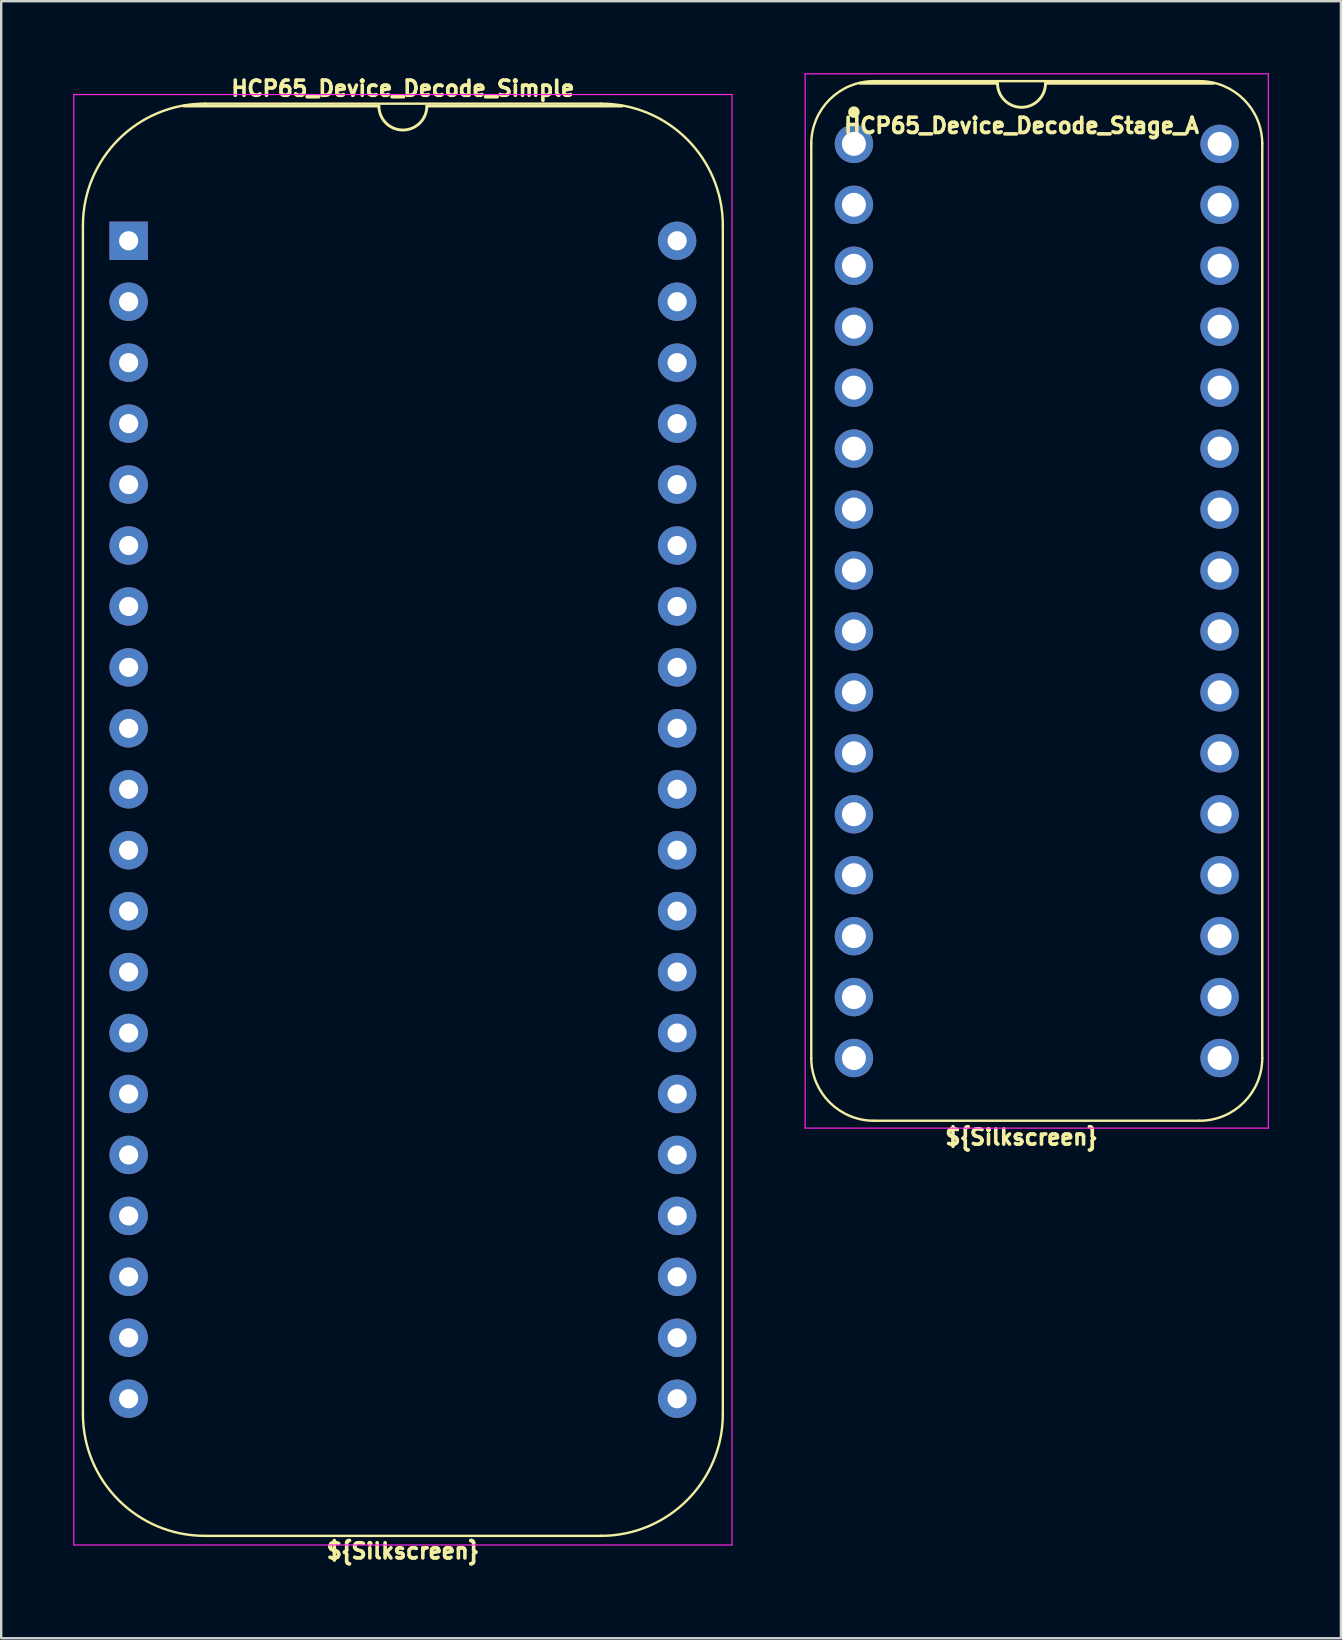
<source format=kicad_pcb>
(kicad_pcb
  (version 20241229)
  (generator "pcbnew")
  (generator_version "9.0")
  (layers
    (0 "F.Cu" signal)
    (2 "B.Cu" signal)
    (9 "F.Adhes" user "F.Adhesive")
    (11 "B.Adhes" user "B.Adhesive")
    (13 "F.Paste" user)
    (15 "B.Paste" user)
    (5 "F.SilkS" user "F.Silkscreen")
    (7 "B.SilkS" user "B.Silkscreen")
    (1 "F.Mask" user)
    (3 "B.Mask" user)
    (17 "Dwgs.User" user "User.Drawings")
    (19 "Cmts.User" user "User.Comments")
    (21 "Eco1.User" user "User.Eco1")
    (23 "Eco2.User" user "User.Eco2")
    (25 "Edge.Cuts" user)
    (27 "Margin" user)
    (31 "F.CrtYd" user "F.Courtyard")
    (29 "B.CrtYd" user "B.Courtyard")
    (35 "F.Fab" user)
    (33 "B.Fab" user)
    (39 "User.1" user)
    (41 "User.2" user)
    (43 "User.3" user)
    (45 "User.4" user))
  (footprint "HCP65_Device_Decode_Stage_A"
    (layer "F.Cu")
    (at 32.539 2.946)
    (property "Reference" "HCP65_Device_Decode_Stage_A" (at 6.985 -0.762 0) (layer "F.SilkS") (effects (font (size 0.635 0.635) (thickness 0.15))))
    (attr through_hole)
    (fp_line (start -1.778 38.1) (end -1.778 0) (stroke (width 0.1) (type solid)) (layer "F.SilkS"))
    (fp_line (start 0.836 -2.614) (end 14.404 -2.614) (stroke (width 0.1) (type solid)) (layer "F.SilkS"))
    (fp_line (start 5.985 -2.524) (end 0.254 -2.524) (stroke (width 0.12) (type solid)) (layer "F.SilkS"))
    (fp_line (start 14.404 40.714) (end 0.836 40.714) (stroke (width 0.1) (type solid)) (layer "F.SilkS"))
    (fp_line (start 14.986 -2.524) (end 7.985 -2.524) (stroke (width 0.12) (type solid)) (layer "F.SilkS"))
    (fp_line (start 17.018 38.1) (end 17.018 0) (stroke (width 0.1) (type solid)) (layer "F.SilkS"))
    (fp_arc (start -1.778 0) (mid -1.012456 -1.848188) (end 0.835732 -2.613732) (stroke (width 0.1) (type solid)) (layer "F.SilkS"))
    (fp_arc (start 0.835733 40.713733) (mid -1.012457 39.94819) (end -1.778 38.1) (stroke (width 0.1) (type solid)) (layer "F.SilkS"))
    (fp_arc (start 7.985 -2.524) (mid 6.985 -1.524) (end 5.985 -2.524) (stroke (width 0.12) (type solid)) (layer "F.SilkS"))
    (fp_arc (start 14.404268 -2.613732) (mid 16.252457 -1.848189) (end 17.018 0) (stroke (width 0.1) (type solid)) (layer "F.SilkS"))
    (fp_arc (start 17.018001 38.100001) (mid 16.252456 39.948188) (end 14.404269 40.713733) (stroke (width 0.1) (type solid)) (layer "F.SilkS"))
    (fp_circle (center 0 -1.323) (end 0.18 -1.323) (stroke (width 0.12) (type solid)) (fill yes) (layer "F.SilkS"))
    (fp_line (start -2.032 -2.921) (end -2.032 41.021) (stroke (width 0.05) (type solid)) (layer "F.CrtYd"))
    (fp_line (start -2.032 -2.921) (end 17.272 -2.921) (stroke (width 0.05) (type solid)) (layer "F.CrtYd"))
    (fp_line (start -2.032 41.021) (end 17.272 41.021) (stroke (width 0.05) (type solid)) (layer "F.CrtYd"))
    (fp_line (start 17.272 -2.921) (end 17.272 41.021) (stroke (width 0.05) (type solid)) (layer "F.CrtYd"))
    (fp_text user "${Silkscreen}" (at 6.985 41.402 0) (layer "F.SilkS") (effects (font (size 0.635 0.635) (thickness 0.15))))
    (pad "1" thru_hole circle (at 0 0) (size 1.6 1.6) (drill 1) (layers "*.Cu" "*.Mask"))
    (pad "2" thru_hole circle (at 0 2.54) (size 1.6 1.6) (drill 1) (layers "*.Cu" "*.Mask"))
    (pad "3" thru_hole circle (at 0 5.08) (size 1.6 1.6) (drill 1) (layers "*.Cu" "*.Mask"))
    (pad "4" thru_hole circle (at 0 7.62) (size 1.6 1.6) (drill 1) (layers "*.Cu" "*.Mask"))
    (pad "5" thru_hole circle (at 0 10.16) (size 1.6 1.6) (drill 1) (layers "*.Cu" "*.Mask"))
    (pad "6" thru_hole circle (at 0 12.7) (size 1.6 1.6) (drill 1) (layers "*.Cu" "*.Mask"))
    (pad "7" thru_hole circle (at 0 15.24) (size 1.6 1.6) (drill 1) (layers "*.Cu" "*.Mask"))
    (pad "8" thru_hole circle (at 0 17.78) (size 1.6 1.6) (drill 1) (layers "*.Cu" "*.Mask"))
    (pad "9" thru_hole circle (at 0 20.32) (size 1.6 1.6) (drill 1) (layers "*.Cu" "*.Mask"))
    (pad "10" thru_hole circle (at 0 22.86) (size 1.6 1.6) (drill 1) (layers "*.Cu" "*.Mask"))
    (pad "11" thru_hole circle (at 0 25.4) (size 1.6 1.6) (drill 1) (layers "*.Cu" "*.Mask"))
    (pad "12" thru_hole circle (at 0 27.94) (size 1.6 1.6) (drill 1) (layers "*.Cu" "*.Mask"))
    (pad "13" thru_hole circle (at 0 30.48) (size 1.6 1.6) (drill 1) (layers "*.Cu" "*.Mask"))
    (pad "14" thru_hole circle (at 0 33.02) (size 1.6 1.6) (drill 1) (layers "*.Cu" "*.Mask"))
    (pad "15" thru_hole circle (at 0 35.56) (size 1.6 1.6) (drill 1) (layers "*.Cu" "*.Mask"))
    (pad "16" thru_hole circle (at 0 38.1) (size 1.6 1.6) (drill 1) (layers "*.Cu" "*.Mask"))
    (pad "17" thru_hole circle (at 15.24 38.1) (size 1.6 1.6) (drill 1) (layers "*.Cu" "*.Mask"))
    (pad "18" thru_hole circle (at 15.24 35.56) (size 1.6 1.6) (drill 1) (layers "*.Cu" "*.Mask"))
    (pad "19" thru_hole circle (at 15.24 33.02) (size 1.6 1.6) (drill 1) (layers "*.Cu" "*.Mask"))
    (pad "20" thru_hole circle (at 15.24 30.48) (size 1.6 1.6) (drill 1) (layers "*.Cu" "*.Mask"))
    (pad "21" thru_hole circle (at 15.24 27.94) (size 1.6 1.6) (drill 1) (layers "*.Cu" "*.Mask"))
    (pad "22" thru_hole circle (at 15.24 25.4) (size 1.6 1.6) (drill 1) (layers "*.Cu" "*.Mask"))
    (pad "23" thru_hole circle (at 15.24 22.86) (size 1.6 1.6) (drill 1) (layers "*.Cu" "*.Mask"))
    (pad "24" thru_hole circle (at 15.24 20.32) (size 1.6 1.6) (drill 1) (layers "*.Cu" "*.Mask"))
    (pad "25" thru_hole circle (at 15.24 17.78) (size 1.6 1.6) (drill 1) (layers "*.Cu" "*.Mask"))
    (pad "26" thru_hole circle (at 15.24 15.24) (size 1.6 1.6) (drill 1) (layers "*.Cu" "*.Mask"))
    (pad "27" thru_hole circle (at 15.24 12.7) (size 1.6 1.6) (drill 1) (layers "*.Cu" "*.Mask"))
    (pad "28" thru_hole circle (at 15.24 10.16) (size 1.6 1.6) (drill 1) (layers "*.Cu" "*.Mask"))
    (pad "29" thru_hole circle (at 15.24 7.62) (size 1.6 1.6) (drill 1) (layers "*.Cu" "*.Mask"))
    (pad "30" thru_hole circle (at 15.24 5.08) (size 1.6 1.6) (drill 1) (layers "*.Cu" "*.Mask"))
    (pad "31" thru_hole circle (at 15.24 2.54) (size 1.6 1.6) (drill 1) (layers "*.Cu" "*.Mask"))
    (pad "32" thru_hole circle (at 15.24 0) (size 1.6 1.6) (drill 1) (layers "*.Cu" "*.Mask")))
  (footprint "HCP65_Device_Decode_Simple"
    (layer "F.Cu")
    (at 2.311 6.985)
    (property "Reference" "HCP65_Device_Decode_Simple" (at 11.43 -6.35 0) (layer "F.SilkS") (effects (font (size 0.635 0.635) (thickness 0.15))))
    (attr through_hole)
    (fp_line (start -1.905 -0.635) (end -1.905 48.895) (stroke (width 0.1) (type solid)) (layer "F.SilkS"))
    (fp_line (start 10.43 -5.616) (end 2.286 -5.616) (stroke (width 0.12) (type solid)) (layer "F.SilkS"))
    (fp_line (start 19.685 -5.715) (end 3.175 -5.715) (stroke (width 0.1) (type solid)) (layer "F.SilkS"))
    (fp_line (start 19.685 53.975) (end 3.175 53.975) (stroke (width 0.1) (type solid)) (layer "F.SilkS"))
    (fp_line (start 20.574 -5.616) (end 12.43 -5.616) (stroke (width 0.12) (type solid)) (layer "F.SilkS"))
    (fp_line (start 24.765 48.895) (end 24.765 -0.635) (stroke (width 0.1) (type solid)) (layer "F.SilkS"))
    (fp_arc (start -1.905 -0.635) (mid -0.417102 -4.227102) (end 3.175 -5.715) (stroke (width 0.1) (type solid)) (layer "F.SilkS"))
    (fp_arc (start 3.175 53.975) (mid -0.417102 52.487102) (end -1.905 48.895) (stroke (width 0.1) (type solid)) (layer "F.SilkS"))
    (fp_arc (start 12.43 -5.616) (mid 11.43 -4.616) (end 10.43 -5.616) (stroke (width 0.12) (type solid)) (layer "F.SilkS"))
    (fp_arc (start 19.685 -5.715) (mid 23.277102 -4.227102) (end 24.765 -0.635) (stroke (width 0.1) (type solid)) (layer "F.SilkS"))
    (fp_arc (start 24.765 48.895) (mid 23.277102 52.487102) (end 19.685 53.975) (stroke (width 0.1) (type solid)) (layer "F.SilkS"))
    (fp_line (start -2.286 -6.096) (end -2.286 54.356) (stroke (width 0.05) (type solid)) (layer "F.CrtYd"))
    (fp_line (start -2.286 -6.096) (end 25.146 -6.096) (stroke (width 0.05) (type solid)) (layer "F.CrtYd"))
    (fp_line (start -2.286 54.356) (end 25.146 54.356) (stroke (width 0.05) (type solid)) (layer "F.CrtYd"))
    (fp_line (start 25.146 54.356) (end 25.146 -6.096) (stroke (width 0.05) (type solid)) (layer "F.CrtYd"))
    (fp_text user "${Silkscreen}" (at 11.43 54.61 0) (layer "F.SilkS") (effects (font (size 0.635 0.635) (thickness 0.15))))
    (pad "1" thru_hole rect (at 0 0) (size 1.6 1.6) (drill 0.8) (layers "*.Cu" "*.Mask"))
    (pad "2" thru_hole oval (at 0 2.54) (size 1.6 1.6) (drill 0.8) (layers "*.Cu" "*.Mask"))
    (pad "3" thru_hole oval (at 0 5.08) (size 1.6 1.6) (drill 0.8) (layers "*.Cu" "*.Mask"))
    (pad "4" thru_hole oval (at 0 7.62) (size 1.6 1.6) (drill 0.8) (layers "*.Cu" "*.Mask"))
    (pad "5" thru_hole oval (at 0 10.16) (size 1.6 1.6) (drill 0.8) (layers "*.Cu" "*.Mask"))
    (pad "6" thru_hole oval (at 0 12.7) (size 1.6 1.6) (drill 0.8) (layers "*.Cu" "*.Mask"))
    (pad "7" thru_hole oval (at 0 15.24) (size 1.6 1.6) (drill 0.8) (layers "*.Cu" "*.Mask"))
    (pad "8" thru_hole oval (at 0 17.78) (size 1.6 1.6) (drill 0.8) (layers "*.Cu" "*.Mask"))
    (pad "9" thru_hole oval (at 0 20.32) (size 1.6 1.6) (drill 0.8) (layers "*.Cu" "*.Mask"))
    (pad "10" thru_hole oval (at 0 22.86) (size 1.6 1.6) (drill 0.8) (layers "*.Cu" "*.Mask"))
    (pad "11" thru_hole oval (at 0 25.4) (size 1.6 1.6) (drill 0.8) (layers "*.Cu" "*.Mask"))
    (pad "12" thru_hole oval (at 0 27.94) (size 1.6 1.6) (drill 0.8) (layers "*.Cu" "*.Mask"))
    (pad "13" thru_hole oval (at 0 30.48) (size 1.6 1.6) (drill 0.8) (layers "*.Cu" "*.Mask"))
    (pad "14" thru_hole oval (at 0 33.02) (size 1.6 1.6) (drill 0.8) (layers "*.Cu" "*.Mask"))
    (pad "15" thru_hole oval (at 0 35.56) (size 1.6 1.6) (drill 0.8) (layers "*.Cu" "*.Mask"))
    (pad "16" thru_hole oval (at 0 38.1) (size 1.6 1.6) (drill 0.8) (layers "*.Cu" "*.Mask"))
    (pad "17" thru_hole oval (at 0 40.64) (size 1.6 1.6) (drill 0.8) (layers "*.Cu" "*.Mask"))
    (pad "18" thru_hole oval (at 0 43.18) (size 1.6 1.6) (drill 0.8) (layers "*.Cu" "*.Mask"))
    (pad "19" thru_hole oval (at 0 45.72) (size 1.6 1.6) (drill 0.8) (layers "*.Cu" "*.Mask"))
    (pad "20" thru_hole oval (at 0 48.26) (size 1.6 1.6) (drill 0.8) (layers "*.Cu" "*.Mask"))
    (pad "21" thru_hole oval (at 22.86 48.26) (size 1.6 1.6) (drill 0.8) (layers "*.Cu" "*.Mask"))
    (pad "22" thru_hole oval (at 22.86 45.72) (size 1.6 1.6) (drill 0.8) (layers "*.Cu" "*.Mask"))
    (pad "23" thru_hole oval (at 22.86 43.18) (size 1.6 1.6) (drill 0.8) (layers "*.Cu" "*.Mask"))
    (pad "24" thru_hole oval (at 22.86 40.64) (size 1.6 1.6) (drill 0.8) (layers "*.Cu" "*.Mask"))
    (pad "25" thru_hole oval (at 22.86 38.1) (size 1.6 1.6) (drill 0.8) (layers "*.Cu" "*.Mask"))
    (pad "26" thru_hole oval (at 22.86 35.56) (size 1.6 1.6) (drill 0.8) (layers "*.Cu" "*.Mask"))
    (pad "27" thru_hole oval (at 22.86 33.02) (size 1.6 1.6) (drill 0.8) (layers "*.Cu" "*.Mask"))
    (pad "28" thru_hole oval (at 22.86 30.48) (size 1.6 1.6) (drill 0.8) (layers "*.Cu" "*.Mask"))
    (pad "29" thru_hole oval (at 22.86 27.94) (size 1.6 1.6) (drill 0.8) (layers "*.Cu" "*.Mask"))
    (pad "30" thru_hole oval (at 22.86 25.4) (size 1.6 1.6) (drill 0.8) (layers "*.Cu" "*.Mask"))
    (pad "31" thru_hole oval (at 22.86 22.86) (size 1.6 1.6) (drill 0.8) (layers "*.Cu" "*.Mask"))
    (pad "32" thru_hole oval (at 22.86 20.32) (size 1.6 1.6) (drill 0.8) (layers "*.Cu" "*.Mask"))
    (pad "33" thru_hole oval (at 22.86 17.78) (size 1.6 1.6) (drill 0.8) (layers "*.Cu" "*.Mask"))
    (pad "34" thru_hole oval (at 22.86 15.24) (size 1.6 1.6) (drill 0.8) (layers "*.Cu" "*.Mask"))
    (pad "35" thru_hole oval (at 22.86 12.7) (size 1.6 1.6) (drill 0.8) (layers "*.Cu" "*.Mask"))
    (pad "36" thru_hole oval (at 22.86 10.16) (size 1.6 1.6) (drill 0.8) (layers "*.Cu" "*.Mask"))
    (pad "37" thru_hole oval (at 22.86 7.62) (size 1.6 1.6) (drill 0.8) (layers "*.Cu" "*.Mask"))
    (pad "38" thru_hole oval (at 22.86 5.08) (size 1.6 1.6) (drill 0.8) (layers "*.Cu" "*.Mask"))
    (pad "39" thru_hole oval (at 22.86 2.54) (size 1.6 1.6) (drill 0.8) (layers "*.Cu" "*.Mask"))
    (pad "40" thru_hole oval (at 22.86 0) (size 1.6 1.6) (drill 0.8) (layers "*.Cu" "*.Mask")))
  (gr_rect
    (start -3 -3)
    (end 52.836 65.229)
    (stroke (width 0.1) (type default))
    (fill no)
    (layer "Edge.Cuts")))
</source>
